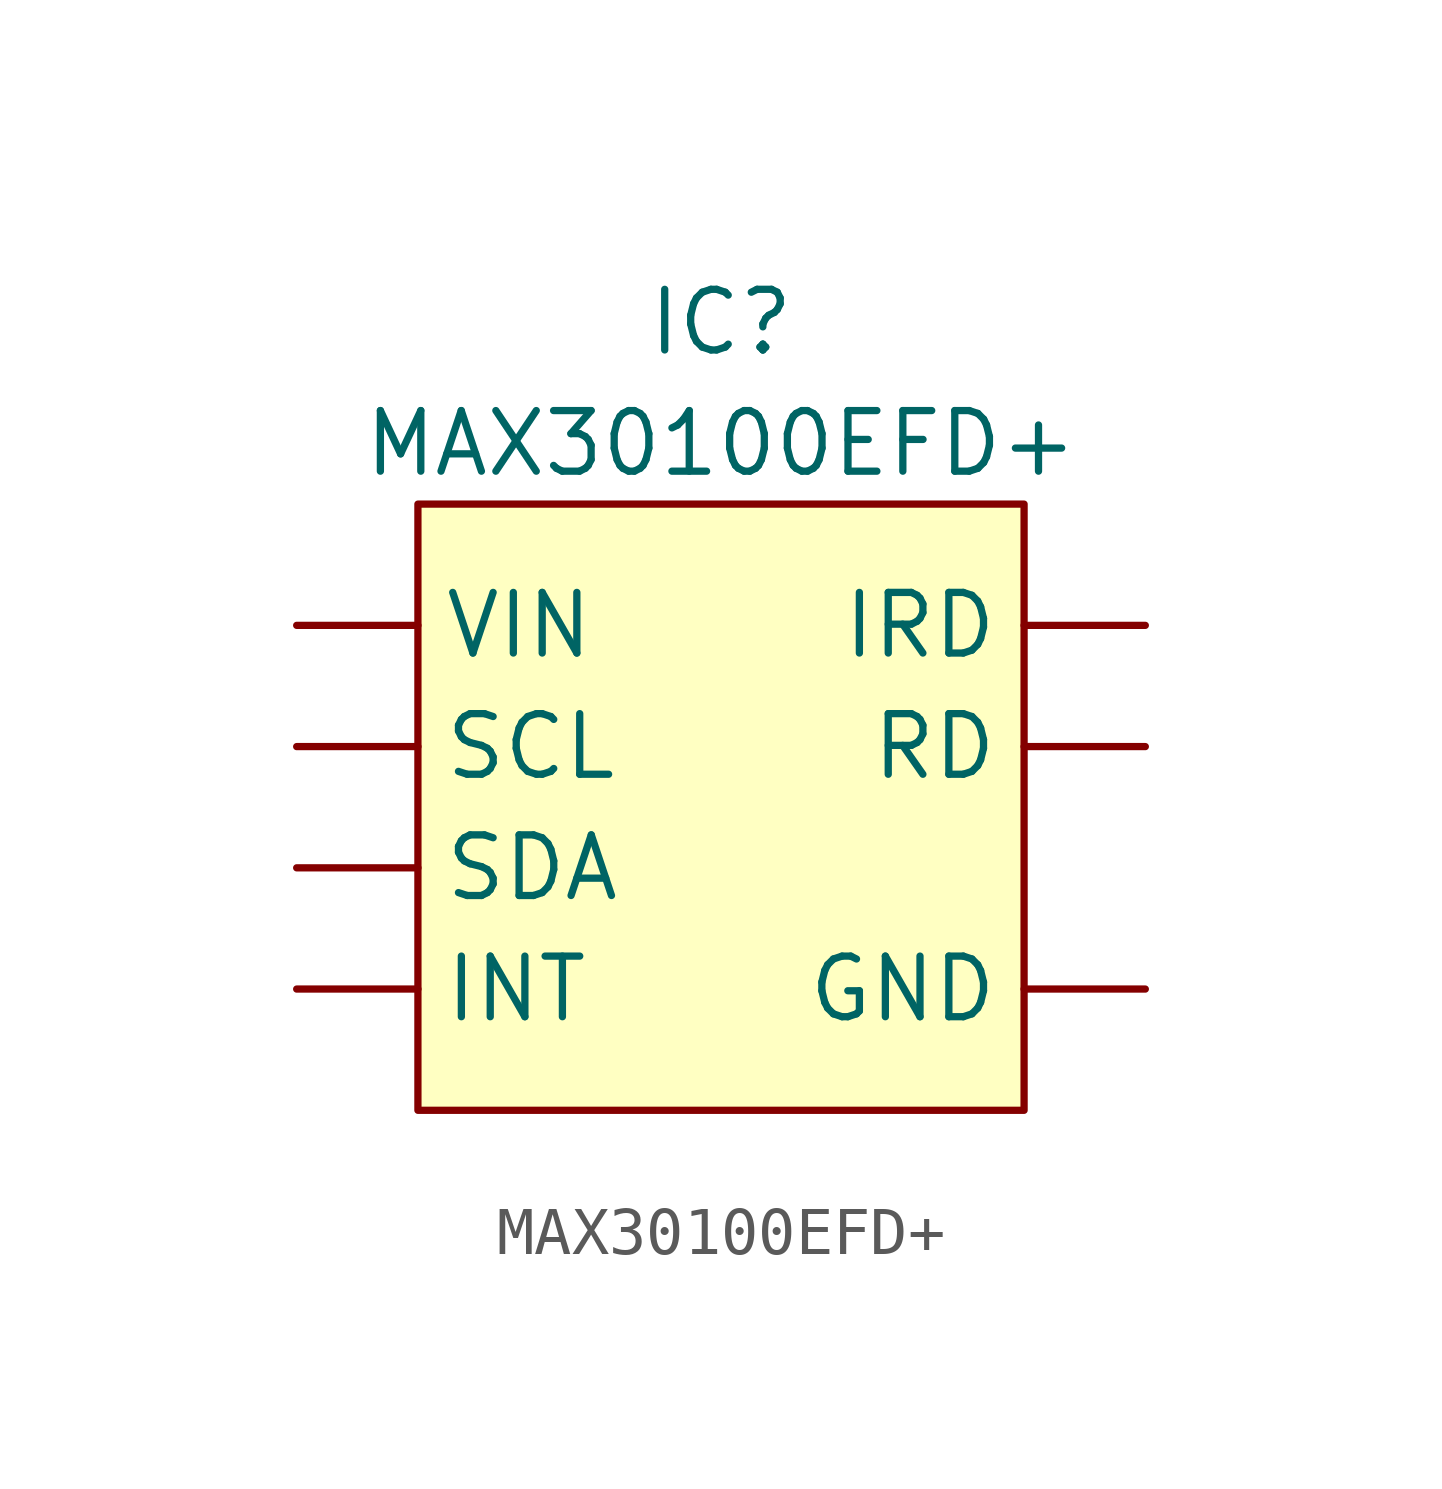
<source format=kicad_sym>
(kicad_symbol_lib
  (version 20211014)
  (generator kicad_symbol_editor)
  (symbol "MAX30100EFD+"
    (property "Reference" "IC"
      (at 0 10.16 0)
      (effects (font (size 1.27 1.27))))
    (property "Value" "MAX30100EFD+"
      (at 0 7.62 0)
      (effects (font (size 1.27 1.27))))
    (symbol "MAX30100EFD+_0_1"
      (rectangle (start -6.35 6.35) (end 6.35 -6.35) (stroke (width 0) (type default) (color 0 0 0 0)) (fill (type background))))
    (symbol "MAX30100EFD+_1_1"
      (pin power_out line (at 8.89 -3.81 180) (length 2.54) (name "GND" (effects (font (size 1.27 1.27)))) (number "" (effects (font (size 1.27 1.27)))))
      (pin bidirectional line (at -8.89 -3.81 0) (length 2.54) (name "INT" (effects (font (size 1.27 1.27)))) (number "" (effects (font (size 1.27 1.27)))))
      (pin passive line (at 8.89 3.81 180) (length 2.54) (name "IRD" (effects (font (size 1.27 1.27)))) (number "" (effects (font (size 1.27 1.27)))))
      (pin passive line (at 8.89 1.27 180) (length 2.54) (name "RD" (effects (font (size 1.27 1.27)))) (number "" (effects (font (size 1.27 1.27)))))
      (pin input line (at -8.89 1.27 0) (length 2.54) (name "SCL" (effects (font (size 1.27 1.27)))) (number "" (effects (font (size 1.27 1.27)))))
      (pin bidirectional line (at -8.89 -1.27 0) (length 2.54) (name "SDA" (effects (font (size 1.27 1.27)))) (number "" (effects (font (size 1.27 1.27)))))
      (pin power_in line (at -8.89 3.81 0) (length 2.54) (name "VIN" (effects (font (size 1.27 1.27)))) (number "" (effects (font (size 1.27 1.27))))))))
</source>
